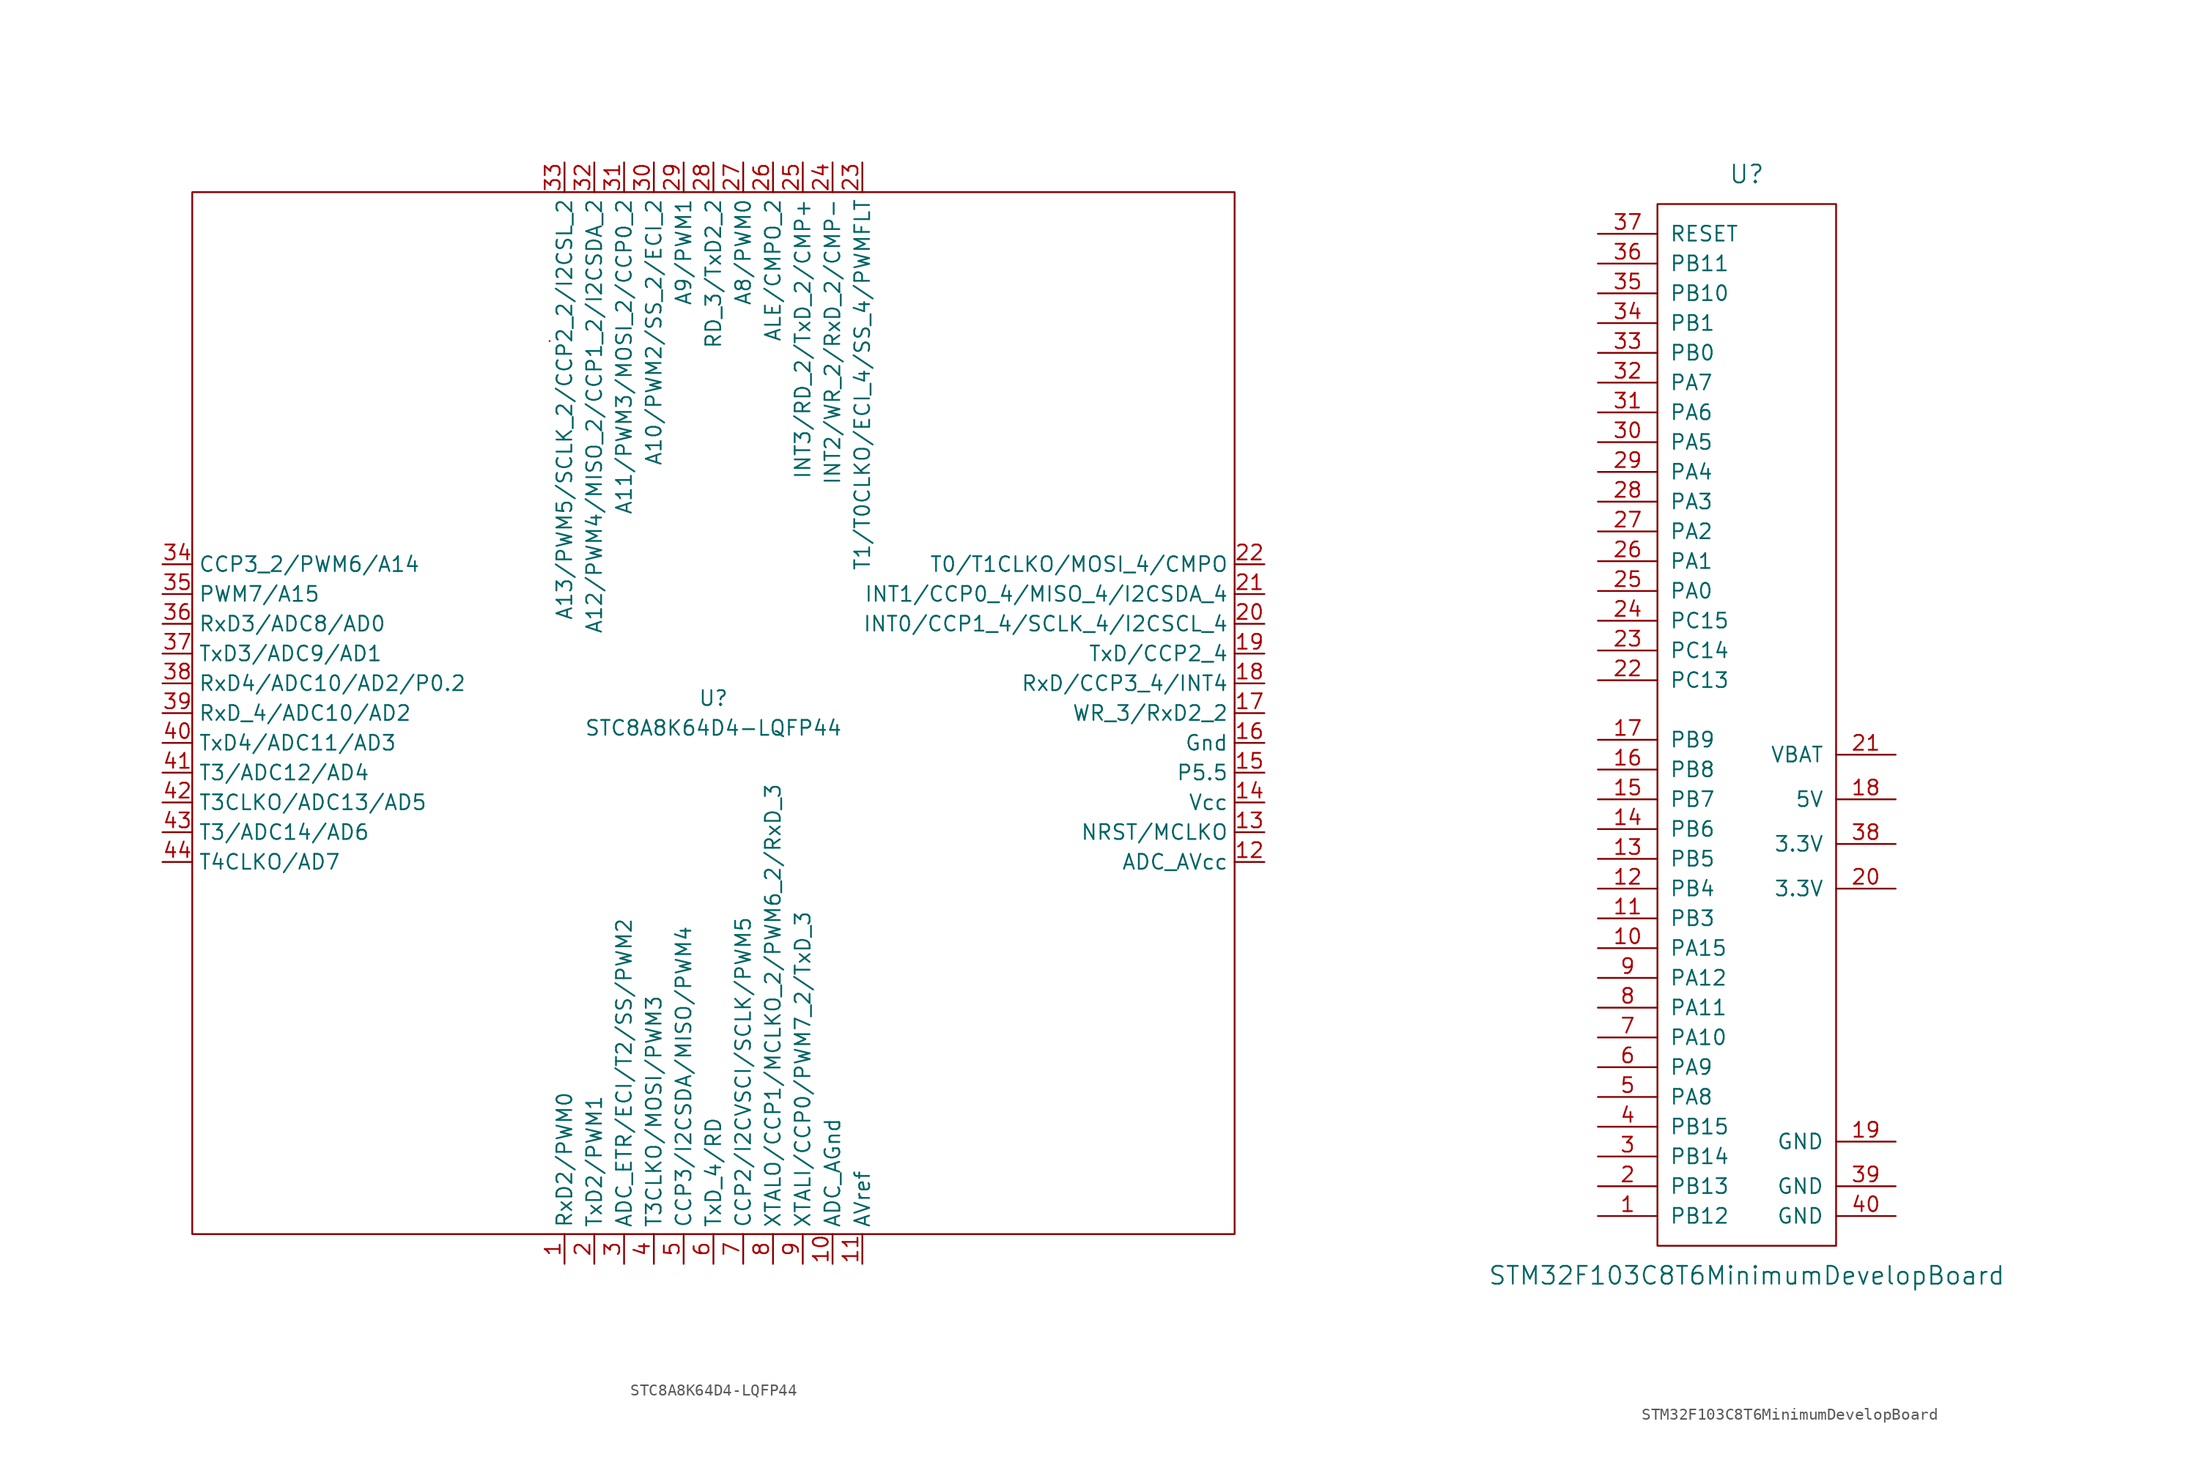
<source format=kicad_sym>
(kicad_symbol_lib
  (version 20220914)
  (generator kicad_symbol_editor)
  (symbol "STC8A8K64D4-LQFP44"
    (property "Reference" "U"
      (at 0 1.27 0)
      (effects (font (size 1.27 1.27))))
    (property "Value" "STC8A8K64D4-LQFP44"
      (at 0 -1.27 0)
      (effects (font (size 1.27 1.27))))
    (symbol "STC8A8K64D4-LQFP44_0_1"
      (rectangle (start -44.45 44.45) (end 44.45 -44.45) (stroke (width 0) (type default)) (fill (type none)))
      (rectangle (start -13.97 31.75) (end -13.97 31.75) (stroke (width 0) (type default)) (fill (type none))))
    (symbol "STC8A8K64D4-LQFP44_1_1"
      (pin input line (at -12.7 -46.99 90) (length 2.54) (name "RxD2/PWM0" (effects (font (size 1.27 1.27)))) (number "1" (effects (font (size 1.27 1.27)))))
      (pin input line (at 10.16 -46.99 90) (length 2.54) (name "ADC_AGnd" (effects (font (size 1.27 1.27)))) (number "10" (effects (font (size 1.27 1.27)))))
      (pin input line (at 12.7 -46.99 90) (length 2.54) (name "AVref" (effects (font (size 1.27 1.27)))) (number "11" (effects (font (size 1.27 1.27)))))
      (pin input line (at 46.99 -12.7 180) (length 2.54) (name "ADC_AVcc" (effects (font (size 1.27 1.27)))) (number "12" (effects (font (size 1.27 1.27)))))
      (pin input line (at 46.99 -10.16 180) (length 2.54) (name "NRST/MCLKO" (effects (font (size 1.27 1.27)))) (number "13" (effects (font (size 1.27 1.27)))))
      (pin input line (at 46.99 -7.62 180) (length 2.54) (name "Vcc" (effects (font (size 1.27 1.27)))) (number "14" (effects (font (size 1.27 1.27)))))
      (pin input line (at 46.99 -5.08 180) (length 2.54) (name "P5.5" (effects (font (size 1.27 1.27)))) (number "15" (effects (font (size 1.27 1.27)))))
      (pin input line (at 46.99 -2.54 180) (length 2.54) (name "Gnd" (effects (font (size 1.27 1.27)))) (number "16" (effects (font (size 1.27 1.27)))))
      (pin input line (at 46.99 0 180) (length 2.54) (name "WR_3/RxD2_2" (effects (font (size 1.27 1.27)))) (number "17" (effects (font (size 1.27 1.27)))))
      (pin input line (at 46.99 2.54 180) (length 2.54) (name "RxD/CCP3_4/INT4" (effects (font (size 1.27 1.27)))) (number "18" (effects (font (size 1.27 1.27)))))
      (pin input line (at 46.99 5.08 180) (length 2.54) (name "TxD/CCP2_4" (effects (font (size 1.27 1.27)))) (number "19" (effects (font (size 1.27 1.27)))))
      (pin input line (at -10.16 -46.99 90) (length 2.54) (name "TxD2/PWM1" (effects (font (size 1.27 1.27)))) (number "2" (effects (font (size 1.27 1.27)))))
      (pin input line (at 46.99 7.62 180) (length 2.54) (name "INT0/CCP1_4/SCLK_4/I2CSCL_4" (effects (font (size 1.27 1.27)))) (number "20" (effects (font (size 1.27 1.27)))))
      (pin input line (at 46.99 10.16 180) (length 2.54) (name "INT1/CCP0_4/MISO_4/I2CSDA_4" (effects (font (size 1.27 1.27)))) (number "21" (effects (font (size 1.27 1.27)))))
      (pin input line (at 46.99 12.7 180) (length 2.54) (name "T0/T1CLKO/MOSI_4/CMPO" (effects (font (size 1.27 1.27)))) (number "22" (effects (font (size 1.27 1.27)))))
      (pin input line (at 12.7 46.99 270) (length 2.54) (name "T1/T0CLKO/ECI_4/SS_4/PWMFLT" (effects (font (size 1.27 1.27)))) (number "23" (effects (font (size 1.27 1.27)))))
      (pin input line (at 10.16 46.99 270) (length 2.54) (name "INT2/WR_2/RxD_2/CMP-" (effects (font (size 1.27 1.27)))) (number "24" (effects (font (size 1.27 1.27)))))
      (pin input line (at 7.62 46.99 270) (length 2.54) (name "INT3/RD_2/TxD_2/CMP+" (effects (font (size 1.27 1.27)))) (number "25" (effects (font (size 1.27 1.27)))))
      (pin input line (at 5.08 46.99 270) (length 2.54) (name "ALE/CMPO_2" (effects (font (size 1.27 1.27)))) (number "26" (effects (font (size 1.27 1.27)))))
      (pin input line (at 2.54 46.99 270) (length 2.54) (name "A8/PWM0" (effects (font (size 1.27 1.27)))) (number "27" (effects (font (size 1.27 1.27)))))
      (pin input line (at 0 46.99 270) (length 2.54) (name "RD_3/TxD2_2" (effects (font (size 1.27 1.27)))) (number "28" (effects (font (size 1.27 1.27)))))
      (pin input line (at -2.54 46.99 270) (length 2.54) (name "A9/PWM1" (effects (font (size 1.27 1.27)))) (number "29" (effects (font (size 1.27 1.27)))))
      (pin input line (at -7.62 -46.99 90) (length 2.54) (name "ADC_ETR/ECI/T2/SS/PWM2" (effects (font (size 1.27 1.27)))) (number "3" (effects (font (size 1.27 1.27)))))
      (pin input line (at -5.08 46.99 270) (length 2.54) (name "A10/PWM2/SS_2/ECI_2" (effects (font (size 1.27 1.27)))) (number "30" (effects (font (size 1.27 1.27)))))
      (pin input line (at -7.62 46.99 270) (length 2.54) (name "A11/PWM3/MOSI_2/CCP0_2" (effects (font (size 1.27 1.27)))) (number "31" (effects (font (size 1.27 1.27)))))
      (pin input line (at -10.16 46.99 270) (length 2.54) (name "A12/PWM4/MISO_2/CCP1_2/I2CSDA_2" (effects (font (size 1.27 1.27)))) (number "32" (effects (font (size 1.27 1.27)))))
      (pin input line (at -12.7 46.99 270) (length 2.54) (name "A13/PWM5/SCLK_2/CCP2_2/I2CSL_2" (effects (font (size 1.27 1.27)))) (number "33" (effects (font (size 1.27 1.27)))))
      (pin input line (at -46.99 12.7 0) (length 2.54) (name "CCP3_2/PWM6/A14" (effects (font (size 1.27 1.27)))) (number "34" (effects (font (size 1.27 1.27)))))
      (pin input line (at -46.99 10.16 0) (length 2.54) (name "PWM7/A15" (effects (font (size 1.27 1.27)))) (number "35" (effects (font (size 1.27 1.27)))))
      (pin input line (at -46.99 7.62 0) (length 2.54) (name "RxD3/ADC8/AD0" (effects (font (size 1.27 1.27)))) (number "36" (effects (font (size 1.27 1.27)))))
      (pin input line (at -46.99 5.08 0) (length 2.54) (name "TxD3/ADC9/AD1" (effects (font (size 1.27 1.27)))) (number "37" (effects (font (size 1.27 1.27)))))
      (pin input line (at -46.99 2.54 0) (length 2.54) (name "RxD4/ADC10/AD2/P0.2" (effects (font (size 1.27 1.27)))) (number "38" (effects (font (size 1.27 1.27)))))
      (pin input line (at -46.99 0 0) (length 2.54) (name "RxD_4/ADC10/AD2" (effects (font (size 1.27 1.27)))) (number "39" (effects (font (size 1.27 1.27)))))
      (pin input line (at -5.08 -46.99 90) (length 2.54) (name "T3CLKO/MOSI/PWM3" (effects (font (size 1.27 1.27)))) (number "4" (effects (font (size 1.27 1.27)))))
      (pin input line (at -46.99 -2.54 0) (length 2.54) (name "TxD4/ADC11/AD3" (effects (font (size 1.27 1.27)))) (number "40" (effects (font (size 1.27 1.27)))))
      (pin input line (at -46.99 -5.08 0) (length 2.54) (name "T3/ADC12/AD4" (effects (font (size 1.27 1.27)))) (number "41" (effects (font (size 1.27 1.27)))))
      (pin input line (at -46.99 -7.62 0) (length 2.54) (name "T3CLKO/ADC13/AD5" (effects (font (size 1.27 1.27)))) (number "42" (effects (font (size 1.27 1.27)))))
      (pin input line (at -46.99 -10.16 0) (length 2.54) (name "T3/ADC14/AD6" (effects (font (size 1.27 1.27)))) (number "43" (effects (font (size 1.27 1.27)))))
      (pin input line (at -46.99 -12.7 0) (length 2.54) (name "T4CLKO/AD7" (effects (font (size 1.27 1.27)))) (number "44" (effects (font (size 1.27 1.27)))))
      (pin input line (at -2.54 -46.99 90) (length 2.54) (name "CCP3/I2CSDA/MISO/PWM4" (effects (font (size 1.27 1.27)))) (number "5" (effects (font (size 1.27 1.27)))))
      (pin input line (at 0 -46.99 90) (length 2.54) (name "TxD_4/RD" (effects (font (size 1.27 1.27)))) (number "6" (effects (font (size 1.27 1.27)))))
      (pin input line (at 2.54 -46.99 90) (length 2.54) (name "CCP2/I2CVSCI/SCLK/PWM5" (effects (font (size 1.27 1.27)))) (number "7" (effects (font (size 1.27 1.27)))))
      (pin input line (at 5.08 -46.99 90) (length 2.54) (name "XTALO/CCP1/MCLKO_2/PWM6_2/RxD_3" (effects (font (size 1.27 1.27)))) (number "8" (effects (font (size 1.27 1.27)))))
      (pin input line (at 7.62 -46.99 90) (length 2.54) (name "XTALI/CCP0/PWM7_2/TxD_3" (effects (font (size 1.27 1.27)))) (number "9" (effects (font (size 1.27 1.27)))))))
  (symbol "STM32F103C8T6MinimumDevelopBoard"
    (pin_names
      (offset 1.016))
    (property "Reference" "U"
      (at 0 45.72 0)
      (effects (font (size 1.524 1.524))))
    (property "Value" "STM32F103C8T6MinimumDevelopBoard"
      (at 0 -48.26 0)
      (effects (font (size 1.524 1.524))))
    (property "Footprint" ""
      (at 29.21 -20.32 0)
      (effects (font (size 1.524 1.524))))
    (property "Datasheet" ""
      (at 29.21 -20.32 0)
      (effects (font (size 1.524 1.524))))
    (symbol "STM32F103C8T6MinimumDevelopBoard_0_1"
      (rectangle (start -7.62 43.18) (end 7.62 -45.72) (stroke (width 0) (type solid)) (fill (type none))))
    (symbol "STM32F103C8T6MinimumDevelopBoard_1_1"
      (pin input line (at -12.7 -43.18 0) (length 5.08) (name "PB12" (effects (font (size 1.27 1.27)))) (number "1" (effects (font (size 1.27 1.27)))))
      (pin input line (at -12.7 -20.32 0) (length 5.08) (name "PA15" (effects (font (size 1.27 1.27)))) (number "10" (effects (font (size 1.27 1.27)))))
      (pin input line (at -12.7 -17.78 0) (length 5.08) (name "PB3" (effects (font (size 1.27 1.27)))) (number "11" (effects (font (size 1.27 1.27)))))
      (pin input line (at -12.7 -15.24 0) (length 5.08) (name "PB4" (effects (font (size 1.27 1.27)))) (number "12" (effects (font (size 1.27 1.27)))))
      (pin input line (at -12.7 -12.7 0) (length 5.08) (name "PB5" (effects (font (size 1.27 1.27)))) (number "13" (effects (font (size 1.27 1.27)))))
      (pin input line (at -12.7 -10.16 0) (length 5.08) (name "PB6" (effects (font (size 1.27 1.27)))) (number "14" (effects (font (size 1.27 1.27)))))
      (pin input line (at -12.7 -7.62 0) (length 5.08) (name "PB7" (effects (font (size 1.27 1.27)))) (number "15" (effects (font (size 1.27 1.27)))))
      (pin input line (at -12.7 -5.08 0) (length 5.08) (name "PB8" (effects (font (size 1.27 1.27)))) (number "16" (effects (font (size 1.27 1.27)))))
      (pin input line (at -12.7 -2.54 0) (length 5.08) (name "PB9" (effects (font (size 1.27 1.27)))) (number "17" (effects (font (size 1.27 1.27)))))
      (pin input line (at 12.7 -7.62 180) (length 5.08) (name "5V" (effects (font (size 1.27 1.27)))) (number "18" (effects (font (size 1.27 1.27)))))
      (pin input line (at 12.7 -36.83 180) (length 5.08) (name "GND" (effects (font (size 1.27 1.27)))) (number "19" (effects (font (size 1.27 1.27)))))
      (pin input line (at -12.7 -40.64 0) (length 5.08) (name "PB13" (effects (font (size 1.27 1.27)))) (number "2" (effects (font (size 1.27 1.27)))))
      (pin input line (at 12.7 -15.24 180) (length 5.08) (name "3.3V" (effects (font (size 1.27 1.27)))) (number "20" (effects (font (size 1.27 1.27)))))
      (pin input line (at 12.7 -3.81 180) (length 5.08) (name "VBAT" (effects (font (size 1.27 1.27)))) (number "21" (effects (font (size 1.27 1.27)))))
      (pin input line (at -12.7 2.54 0) (length 5.08) (name "PC13" (effects (font (size 1.27 1.27)))) (number "22" (effects (font (size 1.27 1.27)))))
      (pin input line (at -12.7 5.08 0) (length 5.08) (name "PC14" (effects (font (size 1.27 1.27)))) (number "23" (effects (font (size 1.27 1.27)))))
      (pin input line (at -12.7 7.62 0) (length 5.08) (name "PC15" (effects (font (size 1.27 1.27)))) (number "24" (effects (font (size 1.27 1.27)))))
      (pin input line (at -12.7 10.16 0) (length 5.08) (name "PA0" (effects (font (size 1.27 1.27)))) (number "25" (effects (font (size 1.27 1.27)))))
      (pin input line (at -12.7 12.7 0) (length 5.08) (name "PA1" (effects (font (size 1.27 1.27)))) (number "26" (effects (font (size 1.27 1.27)))))
      (pin input line (at -12.7 15.24 0) (length 5.08) (name "PA2" (effects (font (size 1.27 1.27)))) (number "27" (effects (font (size 1.27 1.27)))))
      (pin input line (at -12.7 17.78 0) (length 5.08) (name "PA3" (effects (font (size 1.27 1.27)))) (number "28" (effects (font (size 1.27 1.27)))))
      (pin input line (at -12.7 20.32 0) (length 5.08) (name "PA4" (effects (font (size 1.27 1.27)))) (number "29" (effects (font (size 1.27 1.27)))))
      (pin input line (at -12.7 -38.1 0) (length 5.08) (name "PB14" (effects (font (size 1.27 1.27)))) (number "3" (effects (font (size 1.27 1.27)))))
      (pin input line (at -12.7 22.86 0) (length 5.08) (name "PA5" (effects (font (size 1.27 1.27)))) (number "30" (effects (font (size 1.27 1.27)))))
      (pin input line (at -12.7 25.4 0) (length 5.08) (name "PA6" (effects (font (size 1.27 1.27)))) (number "31" (effects (font (size 1.27 1.27)))))
      (pin input line (at -12.7 27.94 0) (length 5.08) (name "PA7" (effects (font (size 1.27 1.27)))) (number "32" (effects (font (size 1.27 1.27)))))
      (pin input line (at -12.7 30.48 0) (length 5.08) (name "PB0" (effects (font (size 1.27 1.27)))) (number "33" (effects (font (size 1.27 1.27)))))
      (pin input line (at -12.7 33.02 0) (length 5.08) (name "PB1" (effects (font (size 1.27 1.27)))) (number "34" (effects (font (size 1.27 1.27)))))
      (pin input line (at -12.7 35.56 0) (length 5.08) (name "PB10" (effects (font (size 1.27 1.27)))) (number "35" (effects (font (size 1.27 1.27)))))
      (pin input line (at -12.7 38.1 0) (length 5.08) (name "PB11" (effects (font (size 1.27 1.27)))) (number "36" (effects (font (size 1.27 1.27)))))
      (pin input line (at -12.7 40.64 0) (length 5.08) (name "RESET" (effects (font (size 1.27 1.27)))) (number "37" (effects (font (size 1.27 1.27)))))
      (pin input line (at 12.7 -11.43 180) (length 5.08) (name "3.3V" (effects (font (size 1.27 1.27)))) (number "38" (effects (font (size 1.27 1.27)))))
      (pin input line (at 12.7 -40.64 180) (length 5.08) (name "GND" (effects (font (size 1.27 1.27)))) (number "39" (effects (font (size 1.27 1.27)))))
      (pin input line (at -12.7 -35.56 0) (length 5.08) (name "PB15" (effects (font (size 1.27 1.27)))) (number "4" (effects (font (size 1.27 1.27)))))
      (pin input line (at 12.7 -43.18 180) (length 5.08) (name "GND" (effects (font (size 1.27 1.27)))) (number "40" (effects (font (size 1.27 1.27)))))
      (pin input line (at -12.7 -33.02 0) (length 5.08) (name "PA8" (effects (font (size 1.27 1.27)))) (number "5" (effects (font (size 1.27 1.27)))))
      (pin input line (at -12.7 -30.48 0) (length 5.08) (name "PA9" (effects (font (size 1.27 1.27)))) (number "6" (effects (font (size 1.27 1.27)))))
      (pin input line (at -12.7 -27.94 0) (length 5.08) (name "PA10" (effects (font (size 1.27 1.27)))) (number "7" (effects (font (size 1.27 1.27)))))
      (pin input line (at -12.7 -25.4 0) (length 5.08) (name "PA11" (effects (font (size 1.27 1.27)))) (number "8" (effects (font (size 1.27 1.27)))))
      (pin input line (at -12.7 -22.86 0) (length 5.08) (name "PA12" (effects (font (size 1.27 1.27)))) (number "9" (effects (font (size 1.27 1.27))))))))
</source>
